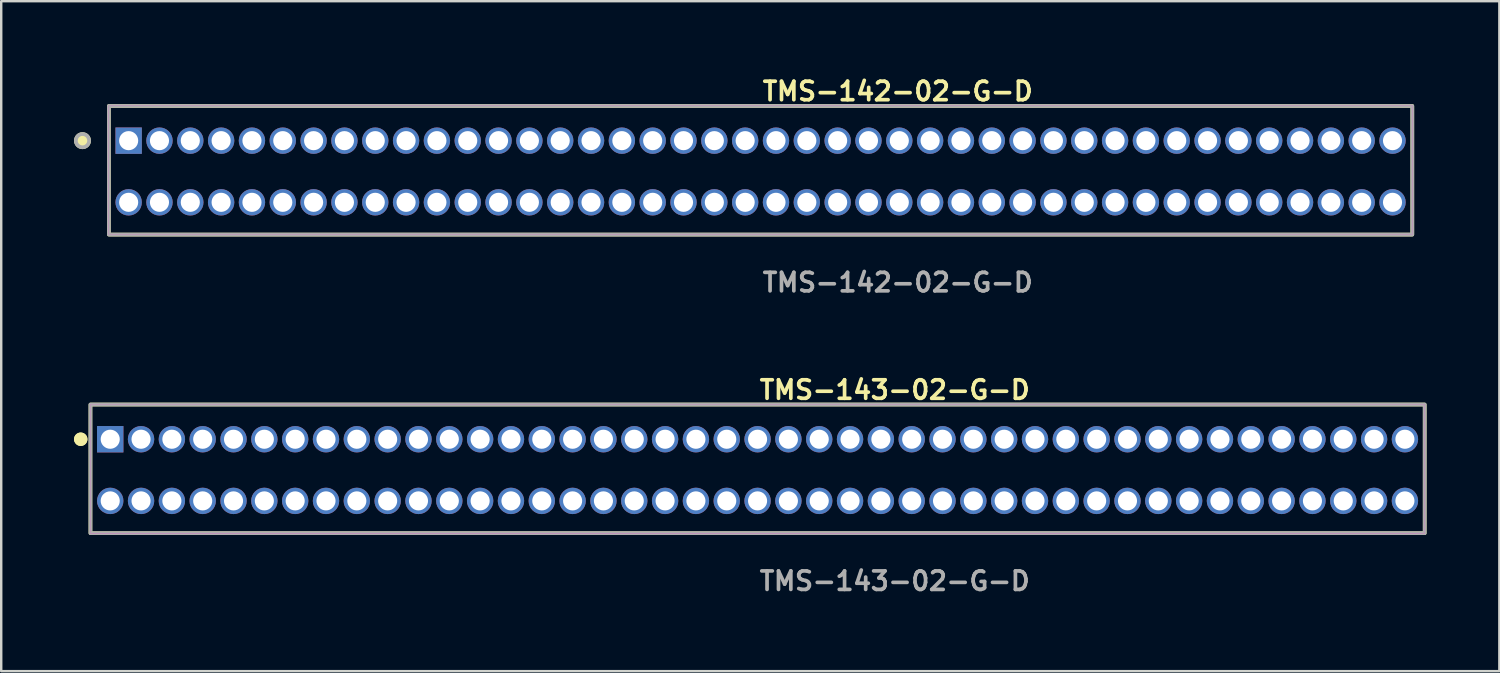
<source format=kicad_pcb>
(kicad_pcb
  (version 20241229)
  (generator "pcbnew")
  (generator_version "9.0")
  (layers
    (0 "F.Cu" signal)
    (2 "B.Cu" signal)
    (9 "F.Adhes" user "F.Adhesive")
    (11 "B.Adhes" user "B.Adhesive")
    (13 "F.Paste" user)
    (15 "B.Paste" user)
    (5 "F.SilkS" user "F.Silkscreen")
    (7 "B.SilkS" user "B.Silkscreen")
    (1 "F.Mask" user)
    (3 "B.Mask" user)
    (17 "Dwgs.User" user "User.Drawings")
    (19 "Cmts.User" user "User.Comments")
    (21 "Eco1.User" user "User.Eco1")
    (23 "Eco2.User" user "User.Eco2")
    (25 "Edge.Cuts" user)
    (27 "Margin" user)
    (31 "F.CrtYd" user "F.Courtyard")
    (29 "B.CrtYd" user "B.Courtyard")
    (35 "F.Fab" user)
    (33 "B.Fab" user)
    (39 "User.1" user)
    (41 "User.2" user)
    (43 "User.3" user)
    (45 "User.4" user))
  (footprint "TMS-143-02-G-D"
    (layer "F.Cu")
    (at 28.161 16.316)
    (property "Reference" "TMS-143-02-G-D" (at 0 -3.302 0) (unlocked yes) (layer "F.SilkS") (effects (font (size 0.762 0.762) (thickness 0.152)) (justify left)))
    (fp_rect (start -27.485 2.6) (end 27.485 -2.7) (stroke (width 0.152) (type solid)) (fill no) (layer "F.SilkS"))
    (fp_circle (center -27.885 -1.27) (end -28.085 -1.27) (stroke (width 0.152) (type solid)) (fill yes) (layer "F.SilkS"))
    (fp_circle (center -27.885 -1.27) (end -28.085 -1.27) (stroke (width 0.152) (type solid)) (fill yes) (layer "F.SilkS"))
    (fp_rect (start -27.485 2.6) (end 27.485 -2.7) (stroke (width 0.006) (type solid)) (fill no) (layer "F.CrtYd"))
    (fp_rect (start -27.485 2.6) (end 27.485 -2.7) (stroke (width 0.152) (type solid)) (fill no) (layer "F.Fab"))
    (fp_text user "${REFERENCE}" (at 0 4.572 0) (unlocked yes) (layer "F.Fab") (effects (font (size 0.762 0.762) (thickness 0.152)) (justify left)))
    (pad "1" thru_hole rect (at -26.67 -1.27) (size 1.087 1.087) (drill 0.787) (layers "*.Cu" "*.Mask"))
    (pad "2" thru_hole circle (at -26.67 1.27) (size 1.087 1.087) (drill 0.787) (layers "*.Cu" "*.Mask"))
    (pad "3" thru_hole circle (at -25.4 -1.27) (size 1.087 1.087) (drill 0.787) (layers "*.Cu" "*.Mask"))
    (pad "4" thru_hole circle (at -25.4 1.27) (size 1.087 1.087) (drill 0.787) (layers "*.Cu" "*.Mask"))
    (pad "5" thru_hole circle (at -24.13 -1.27) (size 1.087 1.087) (drill 0.787) (layers "*.Cu" "*.Mask"))
    (pad "6" thru_hole circle (at -24.13 1.27) (size 1.087 1.087) (drill 0.787) (layers "*.Cu" "*.Mask"))
    (pad "7" thru_hole circle (at -22.86 -1.27) (size 1.087 1.087) (drill 0.787) (layers "*.Cu" "*.Mask"))
    (pad "8" thru_hole circle (at -22.86 1.27) (size 1.087 1.087) (drill 0.787) (layers "*.Cu" "*.Mask"))
    (pad "9" thru_hole circle (at -21.59 -1.27) (size 1.087 1.087) (drill 0.787) (layers "*.Cu" "*.Mask"))
    (pad "10" thru_hole circle (at -21.59 1.27) (size 1.087 1.087) (drill 0.787) (layers "*.Cu" "*.Mask"))
    (pad "11" thru_hole circle (at -20.32 -1.27) (size 1.087 1.087) (drill 0.787) (layers "*.Cu" "*.Mask"))
    (pad "12" thru_hole circle (at -20.32 1.27) (size 1.087 1.087) (drill 0.787) (layers "*.Cu" "*.Mask"))
    (pad "13" thru_hole circle (at -19.05 -1.27) (size 1.087 1.087) (drill 0.787) (layers "*.Cu" "*.Mask"))
    (pad "14" thru_hole circle (at -19.05 1.27) (size 1.087 1.087) (drill 0.787) (layers "*.Cu" "*.Mask"))
    (pad "15" thru_hole circle (at -17.78 -1.27) (size 1.087 1.087) (drill 0.787) (layers "*.Cu" "*.Mask"))
    (pad "16" thru_hole circle (at -17.78 1.27) (size 1.087 1.087) (drill 0.787) (layers "*.Cu" "*.Mask"))
    (pad "17" thru_hole circle (at -16.51 -1.27) (size 1.087 1.087) (drill 0.787) (layers "*.Cu" "*.Mask"))
    (pad "18" thru_hole circle (at -16.51 1.27) (size 1.087 1.087) (drill 0.787) (layers "*.Cu" "*.Mask"))
    (pad "19" thru_hole circle (at -15.24 -1.27) (size 1.087 1.087) (drill 0.787) (layers "*.Cu" "*.Mask"))
    (pad "20" thru_hole circle (at -15.24 1.27) (size 1.087 1.087) (drill 0.787) (layers "*.Cu" "*.Mask"))
    (pad "21" thru_hole circle (at -13.97 -1.27) (size 1.087 1.087) (drill 0.787) (layers "*.Cu" "*.Mask"))
    (pad "22" thru_hole circle (at -13.97 1.27) (size 1.087 1.087) (drill 0.787) (layers "*.Cu" "*.Mask"))
    (pad "23" thru_hole circle (at -12.7 -1.27) (size 1.087 1.087) (drill 0.787) (layers "*.Cu" "*.Mask"))
    (pad "24" thru_hole circle (at -12.7 1.27) (size 1.087 1.087) (drill 0.787) (layers "*.Cu" "*.Mask"))
    (pad "25" thru_hole circle (at -11.43 -1.27) (size 1.087 1.087) (drill 0.787) (layers "*.Cu" "*.Mask"))
    (pad "26" thru_hole circle (at -11.43 1.27) (size 1.087 1.087) (drill 0.787) (layers "*.Cu" "*.Mask"))
    (pad "27" thru_hole circle (at -10.16 -1.27) (size 1.087 1.087) (drill 0.787) (layers "*.Cu" "*.Mask"))
    (pad "28" thru_hole circle (at -10.16 1.27) (size 1.087 1.087) (drill 0.787) (layers "*.Cu" "*.Mask"))
    (pad "29" thru_hole circle (at -8.89 -1.27) (size 1.087 1.087) (drill 0.787) (layers "*.Cu" "*.Mask"))
    (pad "30" thru_hole circle (at -8.89 1.27) (size 1.087 1.087) (drill 0.787) (layers "*.Cu" "*.Mask"))
    (pad "31" thru_hole circle (at -7.62 -1.27) (size 1.087 1.087) (drill 0.787) (layers "*.Cu" "*.Mask"))
    (pad "32" thru_hole circle (at -7.62 1.27) (size 1.087 1.087) (drill 0.787) (layers "*.Cu" "*.Mask"))
    (pad "33" thru_hole circle (at -6.35 -1.27) (size 1.087 1.087) (drill 0.787) (layers "*.Cu" "*.Mask"))
    (pad "34" thru_hole circle (at -6.35 1.27) (size 1.087 1.087) (drill 0.787) (layers "*.Cu" "*.Mask"))
    (pad "35" thru_hole circle (at -5.08 -1.27) (size 1.087 1.087) (drill 0.787) (layers "*.Cu" "*.Mask"))
    (pad "36" thru_hole circle (at -5.08 1.27) (size 1.087 1.087) (drill 0.787) (layers "*.Cu" "*.Mask"))
    (pad "37" thru_hole circle (at -3.81 -1.27) (size 1.087 1.087) (drill 0.787) (layers "*.Cu" "*.Mask"))
    (pad "38" thru_hole circle (at -3.81 1.27) (size 1.087 1.087) (drill 0.787) (layers "*.Cu" "*.Mask"))
    (pad "39" thru_hole circle (at -2.54 -1.27) (size 1.087 1.087) (drill 0.787) (layers "*.Cu" "*.Mask"))
    (pad "40" thru_hole circle (at -2.54 1.27) (size 1.087 1.087) (drill 0.787) (layers "*.Cu" "*.Mask"))
    (pad "41" thru_hole circle (at -1.27 -1.27) (size 1.087 1.087) (drill 0.787) (layers "*.Cu" "*.Mask"))
    (pad "42" thru_hole circle (at -1.27 1.27) (size 1.087 1.087) (drill 0.787) (layers "*.Cu" "*.Mask"))
    (pad "43" thru_hole circle (at 0 -1.27) (size 1.087 1.087) (drill 0.787) (layers "*.Cu" "*.Mask"))
    (pad "44" thru_hole circle (at 0 1.27) (size 1.087 1.087) (drill 0.787) (layers "*.Cu" "*.Mask"))
    (pad "45" thru_hole circle (at 1.27 -1.27) (size 1.087 1.087) (drill 0.787) (layers "*.Cu" "*.Mask"))
    (pad "46" thru_hole circle (at 1.27 1.27) (size 1.087 1.087) (drill 0.787) (layers "*.Cu" "*.Mask"))
    (pad "47" thru_hole circle (at 2.54 -1.27) (size 1.087 1.087) (drill 0.787) (layers "*.Cu" "*.Mask"))
    (pad "48" thru_hole circle (at 2.54 1.27) (size 1.087 1.087) (drill 0.787) (layers "*.Cu" "*.Mask"))
    (pad "49" thru_hole circle (at 3.81 -1.27) (size 1.087 1.087) (drill 0.787) (layers "*.Cu" "*.Mask"))
    (pad "50" thru_hole circle (at 3.81 1.27) (size 1.087 1.087) (drill 0.787) (layers "*.Cu" "*.Mask"))
    (pad "51" thru_hole circle (at 5.08 -1.27) (size 1.087 1.087) (drill 0.787) (layers "*.Cu" "*.Mask"))
    (pad "52" thru_hole circle (at 5.08 1.27) (size 1.087 1.087) (drill 0.787) (layers "*.Cu" "*.Mask"))
    (pad "53" thru_hole circle (at 6.35 -1.27) (size 1.087 1.087) (drill 0.787) (layers "*.Cu" "*.Mask"))
    (pad "54" thru_hole circle (at 6.35 1.27) (size 1.087 1.087) (drill 0.787) (layers "*.Cu" "*.Mask"))
    (pad "55" thru_hole circle (at 7.62 -1.27) (size 1.087 1.087) (drill 0.787) (layers "*.Cu" "*.Mask"))
    (pad "56" thru_hole circle (at 7.62 1.27) (size 1.087 1.087) (drill 0.787) (layers "*.Cu" "*.Mask"))
    (pad "57" thru_hole circle (at 8.89 -1.27) (size 1.087 1.087) (drill 0.787) (layers "*.Cu" "*.Mask"))
    (pad "58" thru_hole circle (at 8.89 1.27) (size 1.087 1.087) (drill 0.787) (layers "*.Cu" "*.Mask"))
    (pad "59" thru_hole circle (at 10.16 -1.27) (size 1.087 1.087) (drill 0.787) (layers "*.Cu" "*.Mask"))
    (pad "60" thru_hole circle (at 10.16 1.27) (size 1.087 1.087) (drill 0.787) (layers "*.Cu" "*.Mask"))
    (pad "61" thru_hole circle (at 11.43 -1.27) (size 1.087 1.087) (drill 0.787) (layers "*.Cu" "*.Mask"))
    (pad "62" thru_hole circle (at 11.43 1.27) (size 1.087 1.087) (drill 0.787) (layers "*.Cu" "*.Mask"))
    (pad "63" thru_hole circle (at 12.7 -1.27) (size 1.087 1.087) (drill 0.787) (layers "*.Cu" "*.Mask"))
    (pad "64" thru_hole circle (at 12.7 1.27) (size 1.087 1.087) (drill 0.787) (layers "*.Cu" "*.Mask"))
    (pad "65" thru_hole circle (at 13.97 -1.27) (size 1.087 1.087) (drill 0.787) (layers "*.Cu" "*.Mask"))
    (pad "66" thru_hole circle (at 13.97 1.27) (size 1.087 1.087) (drill 0.787) (layers "*.Cu" "*.Mask"))
    (pad "67" thru_hole circle (at 15.24 -1.27) (size 1.087 1.087) (drill 0.787) (layers "*.Cu" "*.Mask"))
    (pad "68" thru_hole circle (at 15.24 1.27) (size 1.087 1.087) (drill 0.787) (layers "*.Cu" "*.Mask"))
    (pad "69" thru_hole circle (at 16.51 -1.27) (size 1.087 1.087) (drill 0.787) (layers "*.Cu" "*.Mask"))
    (pad "70" thru_hole circle (at 16.51 1.27) (size 1.087 1.087) (drill 0.787) (layers "*.Cu" "*.Mask"))
    (pad "71" thru_hole circle (at 17.78 -1.27) (size 1.087 1.087) (drill 0.787) (layers "*.Cu" "*.Mask"))
    (pad "72" thru_hole circle (at 17.78 1.27) (size 1.087 1.087) (drill 0.787) (layers "*.Cu" "*.Mask"))
    (pad "73" thru_hole circle (at 19.05 -1.27) (size 1.087 1.087) (drill 0.787) (layers "*.Cu" "*.Mask"))
    (pad "74" thru_hole circle (at 19.05 1.27) (size 1.087 1.087) (drill 0.787) (layers "*.Cu" "*.Mask"))
    (pad "75" thru_hole circle (at 20.32 -1.27) (size 1.087 1.087) (drill 0.787) (layers "*.Cu" "*.Mask"))
    (pad "76" thru_hole circle (at 20.32 1.27) (size 1.087 1.087) (drill 0.787) (layers "*.Cu" "*.Mask"))
    (pad "77" thru_hole circle (at 21.59 -1.27) (size 1.087 1.087) (drill 0.787) (layers "*.Cu" "*.Mask"))
    (pad "78" thru_hole circle (at 21.59 1.27) (size 1.087 1.087) (drill 0.787) (layers "*.Cu" "*.Mask"))
    (pad "79" thru_hole circle (at 22.86 -1.27) (size 1.087 1.087) (drill 0.787) (layers "*.Cu" "*.Mask"))
    (pad "80" thru_hole circle (at 22.86 1.27) (size 1.087 1.087) (drill 0.787) (layers "*.Cu" "*.Mask"))
    (pad "81" thru_hole circle (at 24.13 -1.27) (size 1.087 1.087) (drill 0.787) (layers "*.Cu" "*.Mask"))
    (pad "82" thru_hole circle (at 24.13 1.27) (size 1.087 1.087) (drill 0.787) (layers "*.Cu" "*.Mask"))
    (pad "83" thru_hole circle (at 25.4 -1.27) (size 1.087 1.087) (drill 0.787) (layers "*.Cu" "*.Mask"))
    (pad "84" thru_hole circle (at 25.4 1.27) (size 1.087 1.087) (drill 0.787) (layers "*.Cu" "*.Mask"))
    (pad "85" thru_hole circle (at 26.67 -1.27) (size 1.087 1.087) (drill 0.787) (layers "*.Cu" "*.Mask"))
    (pad "86" thru_hole circle (at 26.67 1.27) (size 1.087 1.087) (drill 0.787) (layers "*.Cu" "*.Mask")))
  (footprint "TMS-142-02-G-D"
    (layer "F.Cu")
    (at 28.285 4.015)
    (property "Reference" "TMS-142-02-G-D" (at 0 -3.302 0) (unlocked yes) (layer "F.SilkS") (effects (font (size 0.762 0.762) (thickness 0.152)) (justify left)))
    (fp_rect (start -26.85 2.6) (end 26.85 -2.7) (stroke (width 0.152) (type solid)) (fill no) (layer "F.SilkS"))
    (fp_circle (center -27.937 -1.27) (end -28.209 -1.27) (stroke (width 0.152) (type solid)) (fill yes) (layer "F.SilkS"))
    (fp_rect (start -26.85 2.6) (end 26.85 -2.7) (stroke (width 0.006) (type solid)) (fill no) (layer "F.CrtYd"))
    (fp_rect (start -26.85 2.6) (end 26.85 -2.7) (stroke (width 0.152) (type solid)) (fill no) (layer "F.Fab"))
    (fp_circle (center -27.937 -1.27) (end -28.209 -1.27) (stroke (width 0.152) (type solid)) (fill no) (layer "F.Fab"))
    (fp_text user "${REFERENCE}" (at 0 4.572 0) (unlocked yes) (layer "F.Fab") (effects (font (size 0.762 0.762) (thickness 0.152)) (justify left)))
    (pad "1" thru_hole rect (at -26.035 -1.27) (size 1.087 1.087) (drill 0.787) (layers "*.Cu" "*.Mask"))
    (pad "2" thru_hole circle (at -26.035 1.27) (size 1.087 1.087) (drill 0.787) (layers "*.Cu" "*.Mask"))
    (pad "3" thru_hole circle (at -24.765 -1.27) (size 1.087 1.087) (drill 0.787) (layers "*.Cu" "*.Mask"))
    (pad "4" thru_hole circle (at -24.765 1.27) (size 1.087 1.087) (drill 0.787) (layers "*.Cu" "*.Mask"))
    (pad "5" thru_hole circle (at -23.495 -1.27) (size 1.087 1.087) (drill 0.787) (layers "*.Cu" "*.Mask"))
    (pad "6" thru_hole circle (at -23.495 1.27) (size 1.087 1.087) (drill 0.787) (layers "*.Cu" "*.Mask"))
    (pad "7" thru_hole circle (at -22.225 -1.27) (size 1.087 1.087) (drill 0.787) (layers "*.Cu" "*.Mask"))
    (pad "8" thru_hole circle (at -22.225 1.27) (size 1.087 1.087) (drill 0.787) (layers "*.Cu" "*.Mask"))
    (pad "9" thru_hole circle (at -20.955 -1.27) (size 1.087 1.087) (drill 0.787) (layers "*.Cu" "*.Mask"))
    (pad "10" thru_hole circle (at -20.955 1.27) (size 1.087 1.087) (drill 0.787) (layers "*.Cu" "*.Mask"))
    (pad "11" thru_hole circle (at -19.685 -1.27) (size 1.087 1.087) (drill 0.787) (layers "*.Cu" "*.Mask"))
    (pad "12" thru_hole circle (at -19.685 1.27) (size 1.087 1.087) (drill 0.787) (layers "*.Cu" "*.Mask"))
    (pad "13" thru_hole circle (at -18.415 -1.27) (size 1.087 1.087) (drill 0.787) (layers "*.Cu" "*.Mask"))
    (pad "14" thru_hole circle (at -18.415 1.27) (size 1.087 1.087) (drill 0.787) (layers "*.Cu" "*.Mask"))
    (pad "15" thru_hole circle (at -17.145 -1.27) (size 1.087 1.087) (drill 0.787) (layers "*.Cu" "*.Mask"))
    (pad "16" thru_hole circle (at -17.145 1.27) (size 1.087 1.087) (drill 0.787) (layers "*.Cu" "*.Mask"))
    (pad "17" thru_hole circle (at -15.875 -1.27) (size 1.087 1.087) (drill 0.787) (layers "*.Cu" "*.Mask"))
    (pad "18" thru_hole circle (at -15.875 1.27) (size 1.087 1.087) (drill 0.787) (layers "*.Cu" "*.Mask"))
    (pad "19" thru_hole circle (at -14.605 -1.27) (size 1.087 1.087) (drill 0.787) (layers "*.Cu" "*.Mask"))
    (pad "20" thru_hole circle (at -14.605 1.27) (size 1.087 1.087) (drill 0.787) (layers "*.Cu" "*.Mask"))
    (pad "21" thru_hole circle (at -13.335 -1.27) (size 1.087 1.087) (drill 0.787) (layers "*.Cu" "*.Mask"))
    (pad "22" thru_hole circle (at -13.335 1.27) (size 1.087 1.087) (drill 0.787) (layers "*.Cu" "*.Mask"))
    (pad "23" thru_hole circle (at -12.065 -1.27) (size 1.087 1.087) (drill 0.787) (layers "*.Cu" "*.Mask"))
    (pad "24" thru_hole circle (at -12.065 1.27) (size 1.087 1.087) (drill 0.787) (layers "*.Cu" "*.Mask"))
    (pad "25" thru_hole circle (at -10.795 -1.27) (size 1.087 1.087) (drill 0.787) (layers "*.Cu" "*.Mask"))
    (pad "26" thru_hole circle (at -10.795 1.27) (size 1.087 1.087) (drill 0.787) (layers "*.Cu" "*.Mask"))
    (pad "27" thru_hole circle (at -9.525 -1.27) (size 1.087 1.087) (drill 0.787) (layers "*.Cu" "*.Mask"))
    (pad "28" thru_hole circle (at -9.525 1.27) (size 1.087 1.087) (drill 0.787) (layers "*.Cu" "*.Mask"))
    (pad "29" thru_hole circle (at -8.255 -1.27) (size 1.087 1.087) (drill 0.787) (layers "*.Cu" "*.Mask"))
    (pad "30" thru_hole circle (at -8.255 1.27) (size 1.087 1.087) (drill 0.787) (layers "*.Cu" "*.Mask"))
    (pad "31" thru_hole circle (at -6.985 -1.27) (size 1.087 1.087) (drill 0.787) (layers "*.Cu" "*.Mask"))
    (pad "32" thru_hole circle (at -6.985 1.27) (size 1.087 1.087) (drill 0.787) (layers "*.Cu" "*.Mask"))
    (pad "33" thru_hole circle (at -5.715 -1.27) (size 1.087 1.087) (drill 0.787) (layers "*.Cu" "*.Mask"))
    (pad "34" thru_hole circle (at -5.715 1.27) (size 1.087 1.087) (drill 0.787) (layers "*.Cu" "*.Mask"))
    (pad "35" thru_hole circle (at -4.445 -1.27) (size 1.087 1.087) (drill 0.787) (layers "*.Cu" "*.Mask"))
    (pad "36" thru_hole circle (at -4.445 1.27) (size 1.087 1.087) (drill 0.787) (layers "*.Cu" "*.Mask"))
    (pad "37" thru_hole circle (at -3.175 -1.27) (size 1.087 1.087) (drill 0.787) (layers "*.Cu" "*.Mask"))
    (pad "38" thru_hole circle (at -3.175 1.27) (size 1.087 1.087) (drill 0.787) (layers "*.Cu" "*.Mask"))
    (pad "39" thru_hole circle (at -1.905 -1.27) (size 1.087 1.087) (drill 0.787) (layers "*.Cu" "*.Mask"))
    (pad "40" thru_hole circle (at -1.905 1.27) (size 1.087 1.087) (drill 0.787) (layers "*.Cu" "*.Mask"))
    (pad "41" thru_hole circle (at -0.635 -1.27) (size 1.087 1.087) (drill 0.787) (layers "*.Cu" "*.Mask"))
    (pad "42" thru_hole circle (at -0.635 1.27) (size 1.087 1.087) (drill 0.787) (layers "*.Cu" "*.Mask"))
    (pad "43" thru_hole circle (at 0.635 -1.27) (size 1.087 1.087) (drill 0.787) (layers "*.Cu" "*.Mask"))
    (pad "44" thru_hole circle (at 0.635 1.27) (size 1.087 1.087) (drill 0.787) (layers "*.Cu" "*.Mask"))
    (pad "45" thru_hole circle (at 1.905 -1.27) (size 1.087 1.087) (drill 0.787) (layers "*.Cu" "*.Mask"))
    (pad "46" thru_hole circle (at 1.905 1.27) (size 1.087 1.087) (drill 0.787) (layers "*.Cu" "*.Mask"))
    (pad "47" thru_hole circle (at 3.175 -1.27) (size 1.087 1.087) (drill 0.787) (layers "*.Cu" "*.Mask"))
    (pad "48" thru_hole circle (at 3.175 1.27) (size 1.087 1.087) (drill 0.787) (layers "*.Cu" "*.Mask"))
    (pad "49" thru_hole circle (at 4.445 -1.27) (size 1.087 1.087) (drill 0.787) (layers "*.Cu" "*.Mask"))
    (pad "50" thru_hole circle (at 4.445 1.27) (size 1.087 1.087) (drill 0.787) (layers "*.Cu" "*.Mask"))
    (pad "51" thru_hole circle (at 5.715 -1.27) (size 1.087 1.087) (drill 0.787) (layers "*.Cu" "*.Mask"))
    (pad "52" thru_hole circle (at 5.715 1.27) (size 1.087 1.087) (drill 0.787) (layers "*.Cu" "*.Mask"))
    (pad "53" thru_hole circle (at 6.985 -1.27) (size 1.087 1.087) (drill 0.787) (layers "*.Cu" "*.Mask"))
    (pad "54" thru_hole circle (at 6.985 1.27) (size 1.087 1.087) (drill 0.787) (layers "*.Cu" "*.Mask"))
    (pad "55" thru_hole circle (at 8.255 -1.27) (size 1.087 1.087) (drill 0.787) (layers "*.Cu" "*.Mask"))
    (pad "56" thru_hole circle (at 8.255 1.27) (size 1.087 1.087) (drill 0.787) (layers "*.Cu" "*.Mask"))
    (pad "57" thru_hole circle (at 9.525 -1.27) (size 1.087 1.087) (drill 0.787) (layers "*.Cu" "*.Mask"))
    (pad "58" thru_hole circle (at 9.525 1.27) (size 1.087 1.087) (drill 0.787) (layers "*.Cu" "*.Mask"))
    (pad "59" thru_hole circle (at 10.795 -1.27) (size 1.087 1.087) (drill 0.787) (layers "*.Cu" "*.Mask"))
    (pad "60" thru_hole circle (at 10.795 1.27) (size 1.087 1.087) (drill 0.787) (layers "*.Cu" "*.Mask"))
    (pad "61" thru_hole circle (at 12.065 -1.27) (size 1.087 1.087) (drill 0.787) (layers "*.Cu" "*.Mask"))
    (pad "62" thru_hole circle (at 12.065 1.27) (size 1.087 1.087) (drill 0.787) (layers "*.Cu" "*.Mask"))
    (pad "63" thru_hole circle (at 13.335 -1.27) (size 1.087 1.087) (drill 0.787) (layers "*.Cu" "*.Mask"))
    (pad "64" thru_hole circle (at 13.335 1.27) (size 1.087 1.087) (drill 0.787) (layers "*.Cu" "*.Mask"))
    (pad "65" thru_hole circle (at 14.605 -1.27) (size 1.087 1.087) (drill 0.787) (layers "*.Cu" "*.Mask"))
    (pad "66" thru_hole circle (at 14.605 1.27) (size 1.087 1.087) (drill 0.787) (layers "*.Cu" "*.Mask"))
    (pad "67" thru_hole circle (at 15.875 -1.27) (size 1.087 1.087) (drill 0.787) (layers "*.Cu" "*.Mask"))
    (pad "68" thru_hole circle (at 15.875 1.27) (size 1.087 1.087) (drill 0.787) (layers "*.Cu" "*.Mask"))
    (pad "69" thru_hole circle (at 17.145 -1.27) (size 1.087 1.087) (drill 0.787) (layers "*.Cu" "*.Mask"))
    (pad "70" thru_hole circle (at 17.145 1.27) (size 1.087 1.087) (drill 0.787) (layers "*.Cu" "*.Mask"))
    (pad "71" thru_hole circle (at 18.415 -1.27) (size 1.087 1.087) (drill 0.787) (layers "*.Cu" "*.Mask"))
    (pad "72" thru_hole circle (at 18.415 1.27) (size 1.087 1.087) (drill 0.787) (layers "*.Cu" "*.Mask"))
    (pad "73" thru_hole circle (at 19.685 -1.27) (size 1.087 1.087) (drill 0.787) (layers "*.Cu" "*.Mask"))
    (pad "74" thru_hole circle (at 19.685 1.27) (size 1.087 1.087) (drill 0.787) (layers "*.Cu" "*.Mask"))
    (pad "75" thru_hole circle (at 20.955 -1.27) (size 1.087 1.087) (drill 0.787) (layers "*.Cu" "*.Mask"))
    (pad "76" thru_hole circle (at 20.955 1.27) (size 1.087 1.087) (drill 0.787) (layers "*.Cu" "*.Mask"))
    (pad "77" thru_hole circle (at 22.225 -1.27) (size 1.087 1.087) (drill 0.787) (layers "*.Cu" "*.Mask"))
    (pad "78" thru_hole circle (at 22.225 1.27) (size 1.087 1.087) (drill 0.787) (layers "*.Cu" "*.Mask"))
    (pad "79" thru_hole circle (at 23.495 -1.27) (size 1.087 1.087) (drill 0.787) (layers "*.Cu" "*.Mask"))
    (pad "80" thru_hole circle (at 23.495 1.27) (size 1.087 1.087) (drill 0.787) (layers "*.Cu" "*.Mask"))
    (pad "81" thru_hole circle (at 24.765 -1.27) (size 1.087 1.087) (drill 0.787) (layers "*.Cu" "*.Mask"))
    (pad "82" thru_hole circle (at 24.765 1.27) (size 1.087 1.087) (drill 0.787) (layers "*.Cu" "*.Mask"))
    (pad "83" thru_hole circle (at 26.035 -1.27) (size 1.087 1.087) (drill 0.787) (layers "*.Cu" "*.Mask"))
    (pad "84" thru_hole circle (at 26.035 1.27) (size 1.087 1.087) (drill 0.787) (layers "*.Cu" "*.Mask")))
  (gr_rect
    (start -3 -3)
    (end 58.722 24.601)
    (stroke (width 0.1) (type default))
    (fill no)
    (layer "Edge.Cuts")))
</source>
